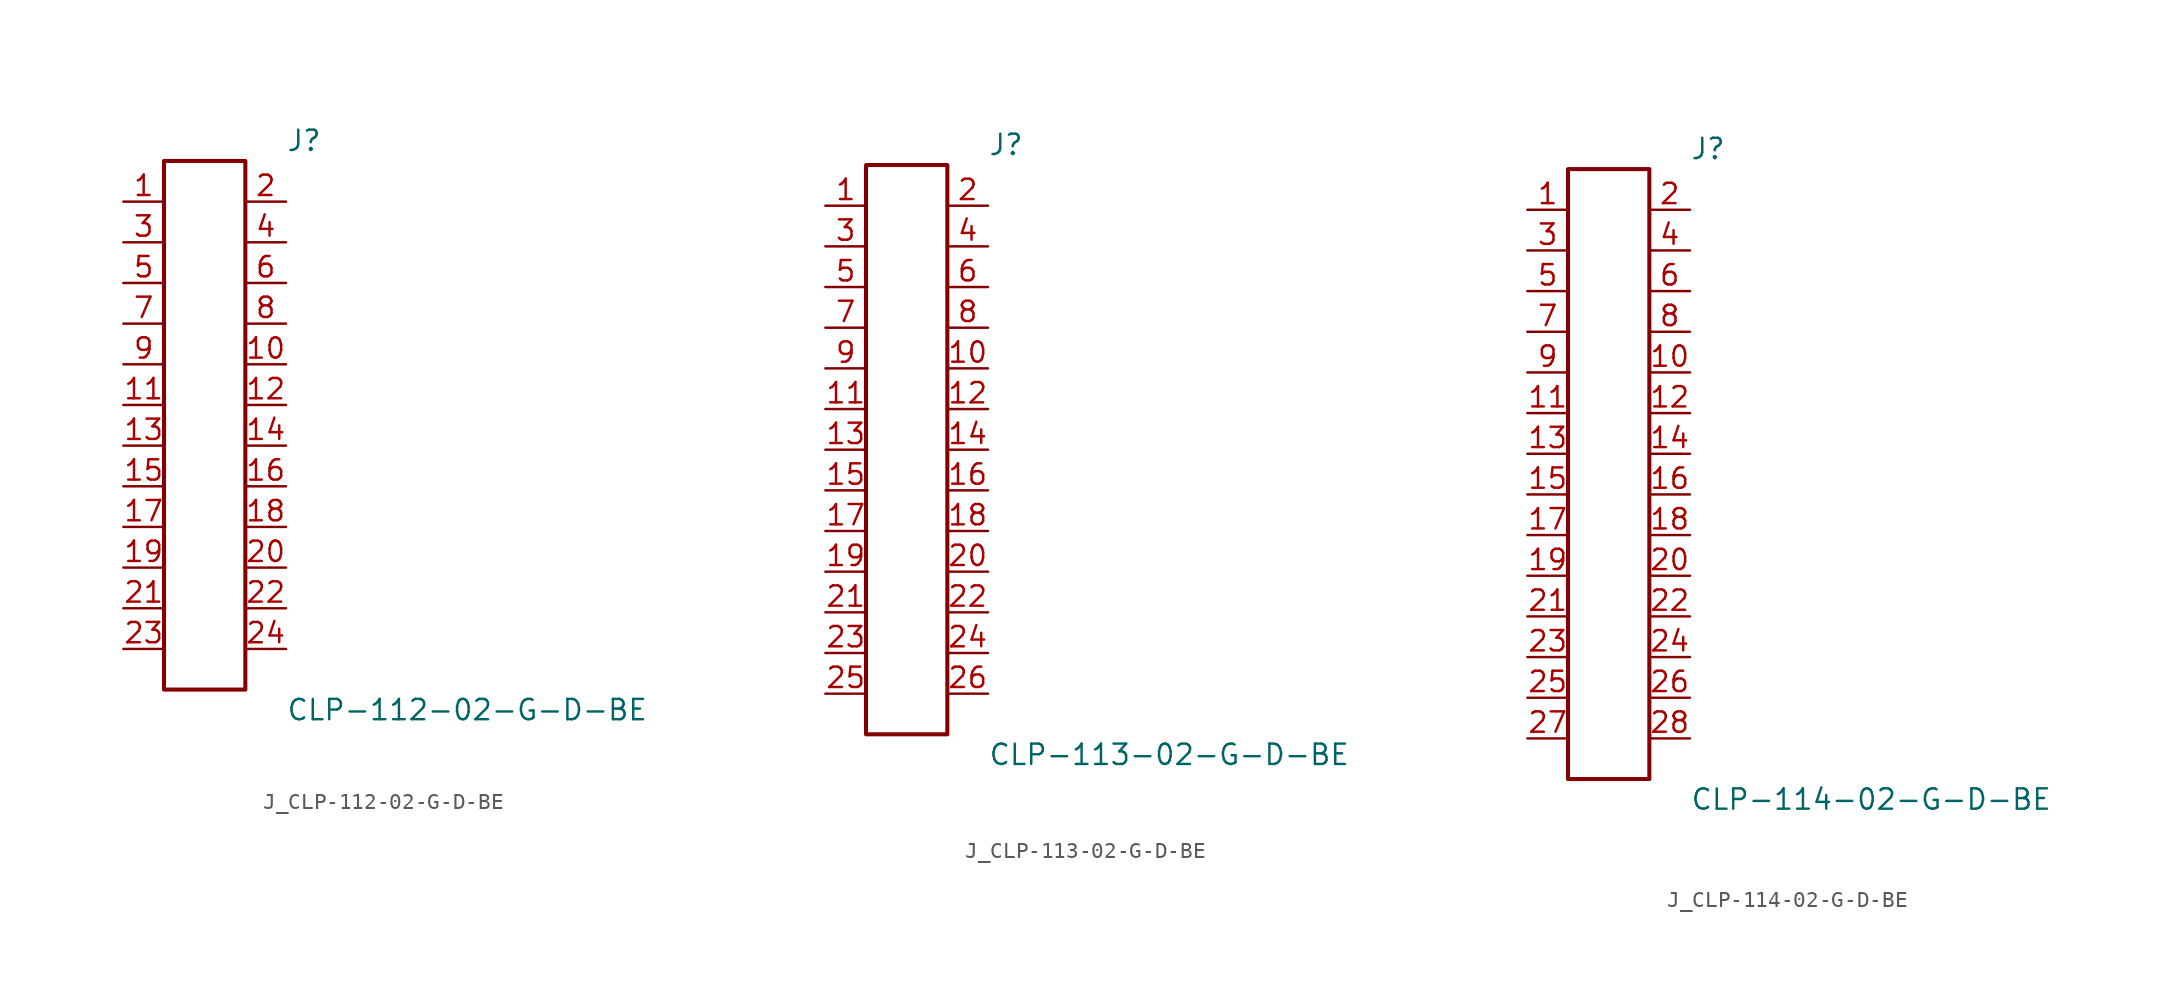
<source format=kicad_sym>
(kicad_symbol_lib
  (version 20231120)
  (generator kicad_symbol_editor)
  (generator_version 8.0)
  (symbol "J_CLP-112-02-G-D-BE"
    (pin_names
      (offset 0.254))
    (property "Reference" "J"
      (at 5.08 17.78 0)
      (effects (font (size 1.27 1.27)) (justify left)))
    (property "Value" "CLP-112-02-G-D-BE"
      (at 5.08 -17.78 0)
      (effects (font (size 1.27 1.27)) (justify left)))
    (symbol "J_CLP-112-02-G-D-BE_0_0"
      (pin passive line (at -5.08 13.97 0) (length 2.54) (name "" (effects (font (size 1.27 1.27)))) (number "1" (effects (font (size 1.27 1.27)))))
      (pin passive line (at 5.08 13.97 180) (length 2.54) (name "" (effects (font (size 1.27 1.27)))) (number "2" (effects (font (size 1.27 1.27)))))
      (pin passive line (at -5.08 11.43 0) (length 2.54) (name "" (effects (font (size 1.27 1.27)))) (number "3" (effects (font (size 1.27 1.27)))))
      (pin passive line (at 5.08 11.43 180) (length 2.54) (name "" (effects (font (size 1.27 1.27)))) (number "4" (effects (font (size 1.27 1.27)))))
      (pin passive line (at -5.08 8.89 0) (length 2.54) (name "" (effects (font (size 1.27 1.27)))) (number "5" (effects (font (size 1.27 1.27)))))
      (pin passive line (at 5.08 8.89 180) (length 2.54) (name "" (effects (font (size 1.27 1.27)))) (number "6" (effects (font (size 1.27 1.27)))))
      (pin passive line (at -5.08 6.35 0) (length 2.54) (name "" (effects (font (size 1.27 1.27)))) (number "7" (effects (font (size 1.27 1.27)))))
      (pin passive line (at 5.08 6.35 180) (length 2.54) (name "" (effects (font (size 1.27 1.27)))) (number "8" (effects (font (size 1.27 1.27)))))
      (pin passive line (at -5.08 3.81 0) (length 2.54) (name "" (effects (font (size 1.27 1.27)))) (number "9" (effects (font (size 1.27 1.27)))))
      (pin passive line (at 5.08 3.81 180) (length 2.54) (name "" (effects (font (size 1.27 1.27)))) (number "10" (effects (font (size 1.27 1.27)))))
      (pin passive line (at -5.08 1.27 0) (length 2.54) (name "" (effects (font (size 1.27 1.27)))) (number "11" (effects (font (size 1.27 1.27)))))
      (pin passive line (at 5.08 1.27 180) (length 2.54) (name "" (effects (font (size 1.27 1.27)))) (number "12" (effects (font (size 1.27 1.27)))))
      (pin passive line (at -5.08 -1.27 0) (length 2.54) (name "" (effects (font (size 1.27 1.27)))) (number "13" (effects (font (size 1.27 1.27)))))
      (pin passive line (at 5.08 -1.27 180) (length 2.54) (name "" (effects (font (size 1.27 1.27)))) (number "14" (effects (font (size 1.27 1.27)))))
      (pin passive line (at -5.08 -3.81 0) (length 2.54) (name "" (effects (font (size 1.27 1.27)))) (number "15" (effects (font (size 1.27 1.27)))))
      (pin passive line (at 5.08 -3.81 180) (length 2.54) (name "" (effects (font (size 1.27 1.27)))) (number "16" (effects (font (size 1.27 1.27)))))
      (pin passive line (at -5.08 -6.35 0) (length 2.54) (name "" (effects (font (size 1.27 1.27)))) (number "17" (effects (font (size 1.27 1.27)))))
      (pin passive line (at 5.08 -6.35 180) (length 2.54) (name "" (effects (font (size 1.27 1.27)))) (number "18" (effects (font (size 1.27 1.27)))))
      (pin passive line (at -5.08 -8.89 0) (length 2.54) (name "" (effects (font (size 1.27 1.27)))) (number "19" (effects (font (size 1.27 1.27)))))
      (pin passive line (at 5.08 -8.89 180) (length 2.54) (name "" (effects (font (size 1.27 1.27)))) (number "20" (effects (font (size 1.27 1.27)))))
      (pin passive line (at -5.08 -11.43 0) (length 2.54) (name "" (effects (font (size 1.27 1.27)))) (number "21" (effects (font (size 1.27 1.27)))))
      (pin passive line (at 5.08 -11.43 180) (length 2.54) (name "" (effects (font (size 1.27 1.27)))) (number "22" (effects (font (size 1.27 1.27)))))
      (pin passive line (at -5.08 -13.97 0) (length 2.54) (name "" (effects (font (size 1.27 1.27)))) (number "23" (effects (font (size 1.27 1.27)))))
      (pin passive line (at 5.08 -13.97 180) (length 2.54) (name "" (effects (font (size 1.27 1.27)))) (number "24" (effects (font (size 1.27 1.27))))))
    (symbol "J_CLP-112-02-G-D-BE_1_0"
      (rectangle (start -2.54 16.51) (end 2.54 -16.51) (stroke (width 0.254) (type solid)) (fill (type none)))))
  (symbol "J_CLP-113-02-G-D-BE"
    (pin_names
      (offset 0.254))
    (property "Reference" "J"
      (at 5.08 19.05 0)
      (effects (font (size 1.27 1.27)) (justify left)))
    (property "Value" "CLP-113-02-G-D-BE"
      (at 5.08 -19.05 0)
      (effects (font (size 1.27 1.27)) (justify left)))
    (symbol "J_CLP-113-02-G-D-BE_0_0"
      (pin passive line (at -5.08 15.24 0) (length 2.54) (name "" (effects (font (size 1.27 1.27)))) (number "1" (effects (font (size 1.27 1.27)))))
      (pin passive line (at 5.08 15.24 180) (length 2.54) (name "" (effects (font (size 1.27 1.27)))) (number "2" (effects (font (size 1.27 1.27)))))
      (pin passive line (at -5.08 12.7 0) (length 2.54) (name "" (effects (font (size 1.27 1.27)))) (number "3" (effects (font (size 1.27 1.27)))))
      (pin passive line (at 5.08 12.7 180) (length 2.54) (name "" (effects (font (size 1.27 1.27)))) (number "4" (effects (font (size 1.27 1.27)))))
      (pin passive line (at -5.08 10.16 0) (length 2.54) (name "" (effects (font (size 1.27 1.27)))) (number "5" (effects (font (size 1.27 1.27)))))
      (pin passive line (at 5.08 10.16 180) (length 2.54) (name "" (effects (font (size 1.27 1.27)))) (number "6" (effects (font (size 1.27 1.27)))))
      (pin passive line (at -5.08 7.62 0) (length 2.54) (name "" (effects (font (size 1.27 1.27)))) (number "7" (effects (font (size 1.27 1.27)))))
      (pin passive line (at 5.08 7.62 180) (length 2.54) (name "" (effects (font (size 1.27 1.27)))) (number "8" (effects (font (size 1.27 1.27)))))
      (pin passive line (at -5.08 5.08 0) (length 2.54) (name "" (effects (font (size 1.27 1.27)))) (number "9" (effects (font (size 1.27 1.27)))))
      (pin passive line (at 5.08 5.08 180) (length 2.54) (name "" (effects (font (size 1.27 1.27)))) (number "10" (effects (font (size 1.27 1.27)))))
      (pin passive line (at -5.08 2.54 0) (length 2.54) (name "" (effects (font (size 1.27 1.27)))) (number "11" (effects (font (size 1.27 1.27)))))
      (pin passive line (at 5.08 2.54 180) (length 2.54) (name "" (effects (font (size 1.27 1.27)))) (number "12" (effects (font (size 1.27 1.27)))))
      (pin passive line (at -5.08 0.0 0) (length 2.54) (name "" (effects (font (size 1.27 1.27)))) (number "13" (effects (font (size 1.27 1.27)))))
      (pin passive line (at 5.08 0.0 180) (length 2.54) (name "" (effects (font (size 1.27 1.27)))) (number "14" (effects (font (size 1.27 1.27)))))
      (pin passive line (at -5.08 -2.54 0) (length 2.54) (name "" (effects (font (size 1.27 1.27)))) (number "15" (effects (font (size 1.27 1.27)))))
      (pin passive line (at 5.08 -2.54 180) (length 2.54) (name "" (effects (font (size 1.27 1.27)))) (number "16" (effects (font (size 1.27 1.27)))))
      (pin passive line (at -5.08 -5.08 0) (length 2.54) (name "" (effects (font (size 1.27 1.27)))) (number "17" (effects (font (size 1.27 1.27)))))
      (pin passive line (at 5.08 -5.08 180) (length 2.54) (name "" (effects (font (size 1.27 1.27)))) (number "18" (effects (font (size 1.27 1.27)))))
      (pin passive line (at -5.08 -7.62 0) (length 2.54) (name "" (effects (font (size 1.27 1.27)))) (number "19" (effects (font (size 1.27 1.27)))))
      (pin passive line (at 5.08 -7.62 180) (length 2.54) (name "" (effects (font (size 1.27 1.27)))) (number "20" (effects (font (size 1.27 1.27)))))
      (pin passive line (at -5.08 -10.16 0) (length 2.54) (name "" (effects (font (size 1.27 1.27)))) (number "21" (effects (font (size 1.27 1.27)))))
      (pin passive line (at 5.08 -10.16 180) (length 2.54) (name "" (effects (font (size 1.27 1.27)))) (number "22" (effects (font (size 1.27 1.27)))))
      (pin passive line (at -5.08 -12.7 0) (length 2.54) (name "" (effects (font (size 1.27 1.27)))) (number "23" (effects (font (size 1.27 1.27)))))
      (pin passive line (at 5.08 -12.7 180) (length 2.54) (name "" (effects (font (size 1.27 1.27)))) (number "24" (effects (font (size 1.27 1.27)))))
      (pin passive line (at -5.08 -15.24 0) (length 2.54) (name "" (effects (font (size 1.27 1.27)))) (number "25" (effects (font (size 1.27 1.27)))))
      (pin passive line (at 5.08 -15.24 180) (length 2.54) (name "" (effects (font (size 1.27 1.27)))) (number "26" (effects (font (size 1.27 1.27))))))
    (symbol "J_CLP-113-02-G-D-BE_1_0"
      (rectangle (start -2.54 17.78) (end 2.54 -17.78) (stroke (width 0.254) (type solid)) (fill (type none)))))
  (symbol "J_CLP-114-02-G-D-BE"
    (pin_names
      (offset 0.254))
    (property "Reference" "J"
      (at 5.08 20.32 0)
      (effects (font (size 1.27 1.27)) (justify left)))
    (property "Value" "CLP-114-02-G-D-BE"
      (at 5.08 -20.32 0)
      (effects (font (size 1.27 1.27)) (justify left)))
    (symbol "J_CLP-114-02-G-D-BE_0_0"
      (pin passive line (at -5.08 16.51 0) (length 2.54) (name "" (effects (font (size 1.27 1.27)))) (number "1" (effects (font (size 1.27 1.27)))))
      (pin passive line (at 5.08 16.51 180) (length 2.54) (name "" (effects (font (size 1.27 1.27)))) (number "2" (effects (font (size 1.27 1.27)))))
      (pin passive line (at -5.08 13.97 0) (length 2.54) (name "" (effects (font (size 1.27 1.27)))) (number "3" (effects (font (size 1.27 1.27)))))
      (pin passive line (at 5.08 13.97 180) (length 2.54) (name "" (effects (font (size 1.27 1.27)))) (number "4" (effects (font (size 1.27 1.27)))))
      (pin passive line (at -5.08 11.43 0) (length 2.54) (name "" (effects (font (size 1.27 1.27)))) (number "5" (effects (font (size 1.27 1.27)))))
      (pin passive line (at 5.08 11.43 180) (length 2.54) (name "" (effects (font (size 1.27 1.27)))) (number "6" (effects (font (size 1.27 1.27)))))
      (pin passive line (at -5.08 8.89 0) (length 2.54) (name "" (effects (font (size 1.27 1.27)))) (number "7" (effects (font (size 1.27 1.27)))))
      (pin passive line (at 5.08 8.89 180) (length 2.54) (name "" (effects (font (size 1.27 1.27)))) (number "8" (effects (font (size 1.27 1.27)))))
      (pin passive line (at -5.08 6.35 0) (length 2.54) (name "" (effects (font (size 1.27 1.27)))) (number "9" (effects (font (size 1.27 1.27)))))
      (pin passive line (at 5.08 6.35 180) (length 2.54) (name "" (effects (font (size 1.27 1.27)))) (number "10" (effects (font (size 1.27 1.27)))))
      (pin passive line (at -5.08 3.81 0) (length 2.54) (name "" (effects (font (size 1.27 1.27)))) (number "11" (effects (font (size 1.27 1.27)))))
      (pin passive line (at 5.08 3.81 180) (length 2.54) (name "" (effects (font (size 1.27 1.27)))) (number "12" (effects (font (size 1.27 1.27)))))
      (pin passive line (at -5.08 1.27 0) (length 2.54) (name "" (effects (font (size 1.27 1.27)))) (number "13" (effects (font (size 1.27 1.27)))))
      (pin passive line (at 5.08 1.27 180) (length 2.54) (name "" (effects (font (size 1.27 1.27)))) (number "14" (effects (font (size 1.27 1.27)))))
      (pin passive line (at -5.08 -1.27 0) (length 2.54) (name "" (effects (font (size 1.27 1.27)))) (number "15" (effects (font (size 1.27 1.27)))))
      (pin passive line (at 5.08 -1.27 180) (length 2.54) (name "" (effects (font (size 1.27 1.27)))) (number "16" (effects (font (size 1.27 1.27)))))
      (pin passive line (at -5.08 -3.81 0) (length 2.54) (name "" (effects (font (size 1.27 1.27)))) (number "17" (effects (font (size 1.27 1.27)))))
      (pin passive line (at 5.08 -3.81 180) (length 2.54) (name "" (effects (font (size 1.27 1.27)))) (number "18" (effects (font (size 1.27 1.27)))))
      (pin passive line (at -5.08 -6.35 0) (length 2.54) (name "" (effects (font (size 1.27 1.27)))) (number "19" (effects (font (size 1.27 1.27)))))
      (pin passive line (at 5.08 -6.35 180) (length 2.54) (name "" (effects (font (size 1.27 1.27)))) (number "20" (effects (font (size 1.27 1.27)))))
      (pin passive line (at -5.08 -8.89 0) (length 2.54) (name "" (effects (font (size 1.27 1.27)))) (number "21" (effects (font (size 1.27 1.27)))))
      (pin passive line (at 5.08 -8.89 180) (length 2.54) (name "" (effects (font (size 1.27 1.27)))) (number "22" (effects (font (size 1.27 1.27)))))
      (pin passive line (at -5.08 -11.43 0) (length 2.54) (name "" (effects (font (size 1.27 1.27)))) (number "23" (effects (font (size 1.27 1.27)))))
      (pin passive line (at 5.08 -11.43 180) (length 2.54) (name "" (effects (font (size 1.27 1.27)))) (number "24" (effects (font (size 1.27 1.27)))))
      (pin passive line (at -5.08 -13.97 0) (length 2.54) (name "" (effects (font (size 1.27 1.27)))) (number "25" (effects (font (size 1.27 1.27)))))
      (pin passive line (at 5.08 -13.97 180) (length 2.54) (name "" (effects (font (size 1.27 1.27)))) (number "26" (effects (font (size 1.27 1.27)))))
      (pin passive line (at -5.08 -16.51 0) (length 2.54) (name "" (effects (font (size 1.27 1.27)))) (number "27" (effects (font (size 1.27 1.27)))))
      (pin passive line (at 5.08 -16.51 180) (length 2.54) (name "" (effects (font (size 1.27 1.27)))) (number "28" (effects (font (size 1.27 1.27))))))
    (symbol "J_CLP-114-02-G-D-BE_1_0"
      (rectangle (start -2.54 19.05) (end 2.54 -19.05) (stroke (width 0.254) (type solid)) (fill (type none))))))
</source>
